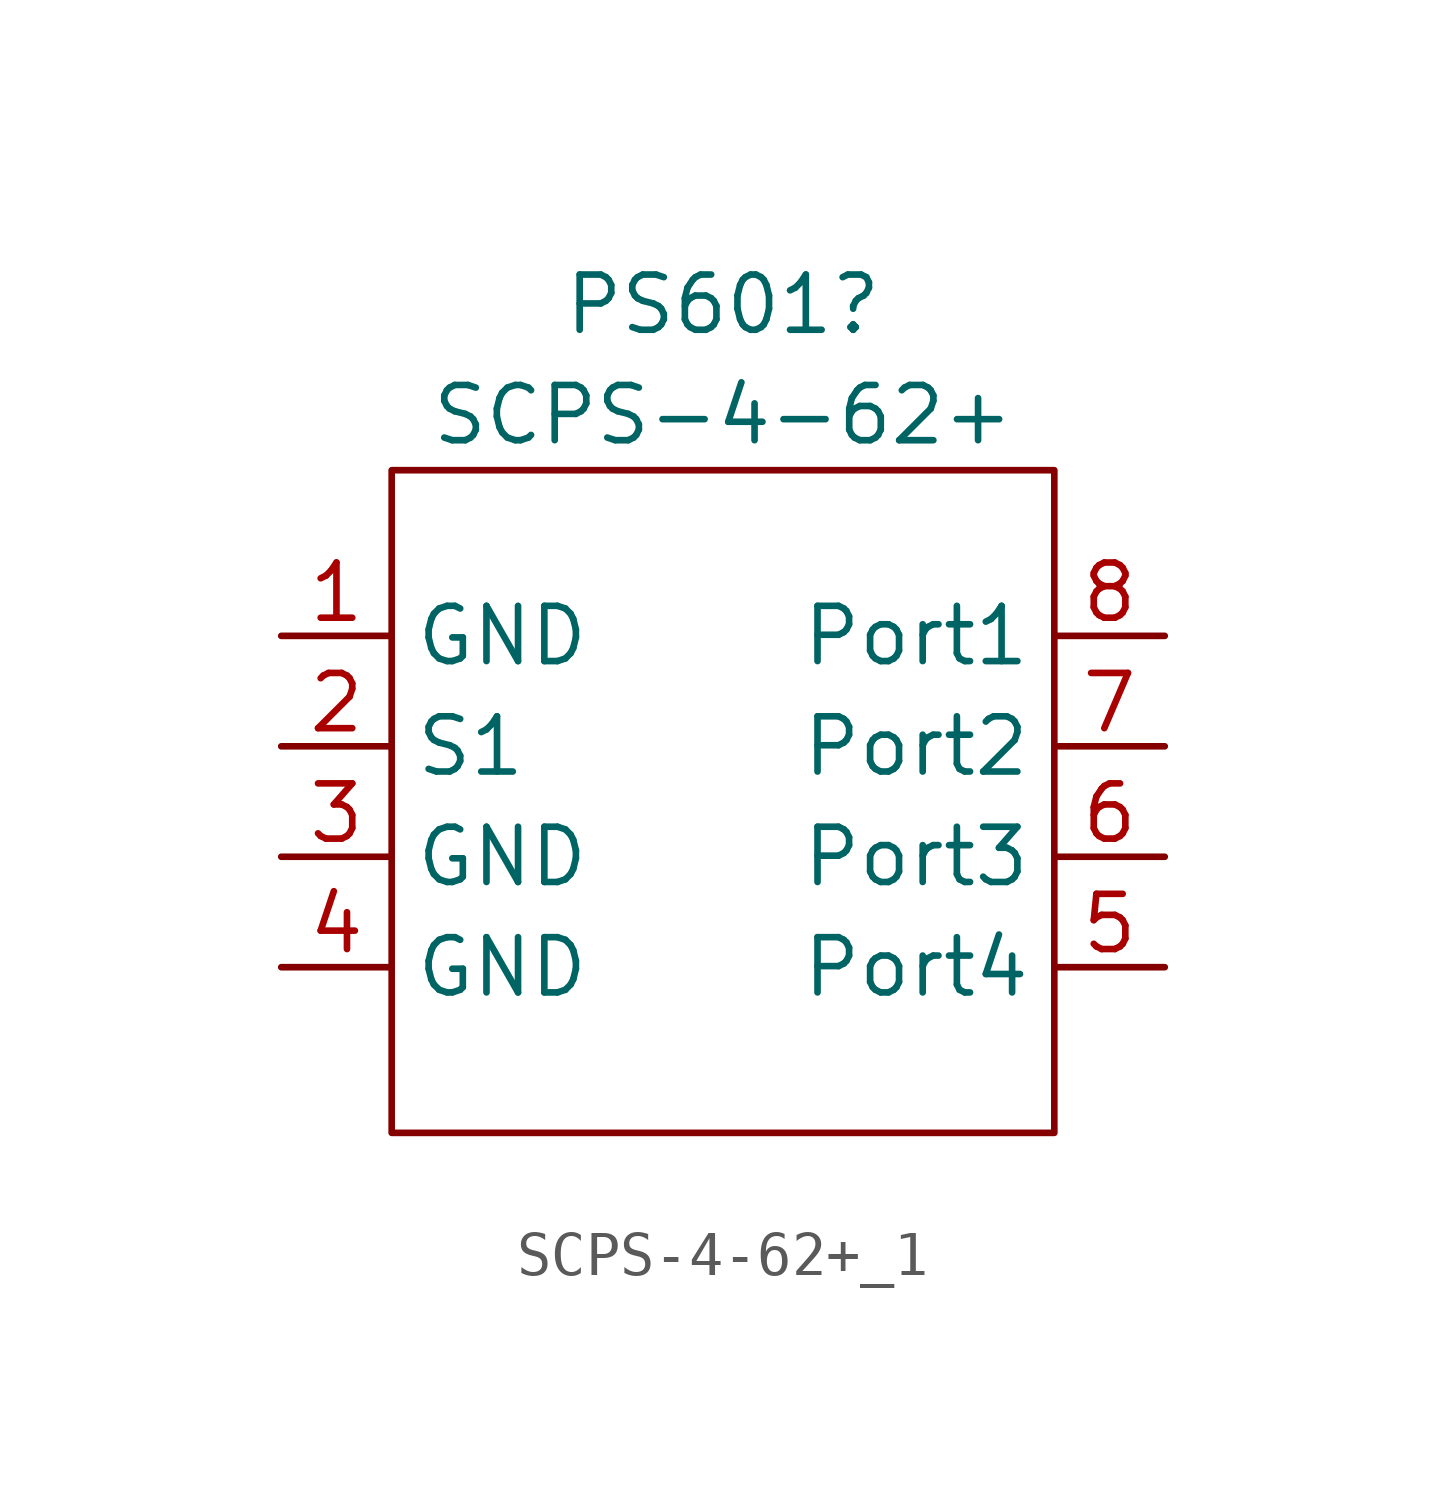
<source format=kicad_sym>
(kicad_symbol_lib
  (version 20220914)
  (generator kicad_symbol_editor)
  (symbol "SCPS-4-62+_1"
    (property "Reference" "PS601"
      (at 7.62 3.81 0)
      (effects (font (size 1.27 1.27))))
    (property "Value" "SCPS-4-62+"
      (at 7.62 1.27 0)
      (effects (font (size 1.27 1.27))))
    (symbol "SCPS-4-62+_1_0_1"
      (rectangle (start 0 0) (end 15.24 -15.24) (stroke (width 0) (type default)) (fill (type none))))
    (symbol "SCPS-4-62+_1_1_1"
      (pin power_in line (at -2.54 -3.81 0) (length 2.54) (name "GND" (effects (font (size 1.27 1.27)))) (number "1" (effects (font (size 1.27 1.27)))))
      (pin input line (at -2.54 -6.35 0) (length 2.54) (name "S1" (effects (font (size 1.27 1.27)))) (number "2" (effects (font (size 1.27 1.27)))))
      (pin power_in line (at -2.54 -8.89 0) (length 2.54) (name "GND" (effects (font (size 1.27 1.27)))) (number "3" (effects (font (size 1.27 1.27)))))
      (pin power_in line (at -2.54 -11.43 0) (length 2.54) (name "GND" (effects (font (size 1.27 1.27)))) (number "4" (effects (font (size 1.27 1.27)))))
      (pin output line (at 17.78 -11.43 180) (length 2.54) (name "Port4" (effects (font (size 1.27 1.27)))) (number "5" (effects (font (size 1.27 1.27)))))
      (pin output line (at 17.78 -8.89 180) (length 2.54) (name "Port3" (effects (font (size 1.27 1.27)))) (number "6" (effects (font (size 1.27 1.27)))))
      (pin output line (at 17.78 -6.35 180) (length 2.54) (name "Port2" (effects (font (size 1.27 1.27)))) (number "7" (effects (font (size 1.27 1.27)))))
      (pin output line (at 17.78 -3.81 180) (length 2.54) (name "Port1" (effects (font (size 1.27 1.27)))) (number "8" (effects (font (size 1.27 1.27))))))))
</source>
